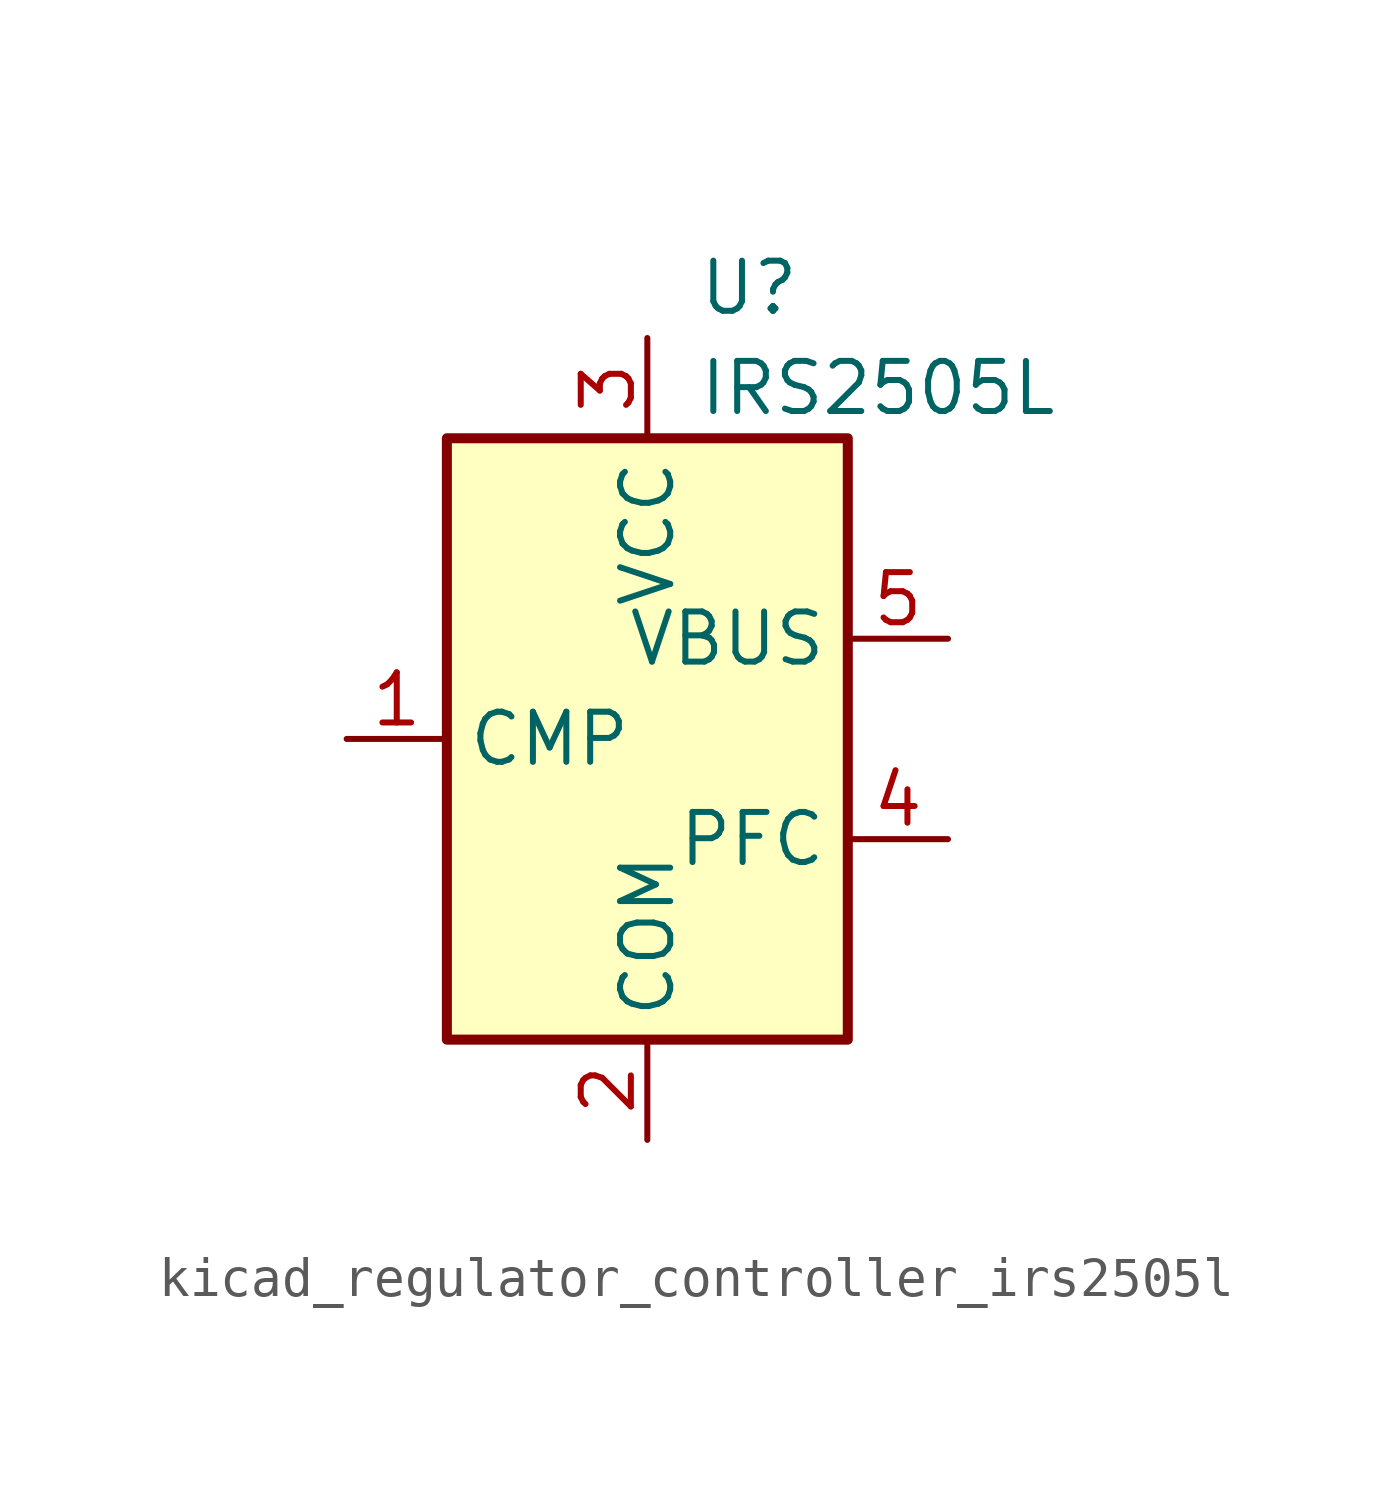
<source format=kicad_sym>
(kicad_symbol_lib
  (version 20220914)
  (generator kicad_symbol_editor)
  (symbol "kicad_regulator_controller_irs2505l"
    (property "Reference" "U"
      (at 1.27 11.43 0)
      (effects (font (size 1.27 1.27)) (justify left)))
    (property "Value" "IRS2505L"
      (at 1.27 8.89 0)
      (effects (font (size 1.27 1.27)) (justify left)))
    (symbol "kicad_regulator_controller_irs2505l_0_1"
      (rectangle (start -5.08 -7.62) (end 5.08 7.62) (stroke (width 0.254) (type default)) (fill (type background))))
    (symbol "kicad_regulator_controller_irs2505l_1_1"
      (pin passive line (at -7.62 0 0) (length 2.54) (name "CMP" (effects (font (size 1.27 1.27)))) (number "1" (effects (font (size 1.27 1.27)))))
      (pin power_in line (at 0 -10.16 90) (length 2.54) (name "COM" (effects (font (size 1.27 1.27)))) (number "2" (effects (font (size 1.27 1.27)))))
      (pin power_in line (at 0 10.16 270) (length 2.54) (name "VCC" (effects (font (size 1.27 1.27)))) (number "3" (effects (font (size 1.27 1.27)))))
      (pin output line (at 7.62 -2.54 180) (length 2.54) (name "PFC" (effects (font (size 1.27 1.27)))) (number "4" (effects (font (size 1.27 1.27)))))
      (pin input line (at 7.62 2.54 180) (length 2.54) (name "VBUS" (effects (font (size 1.27 1.27)))) (number "5" (effects (font (size 1.27 1.27))))))))
</source>
